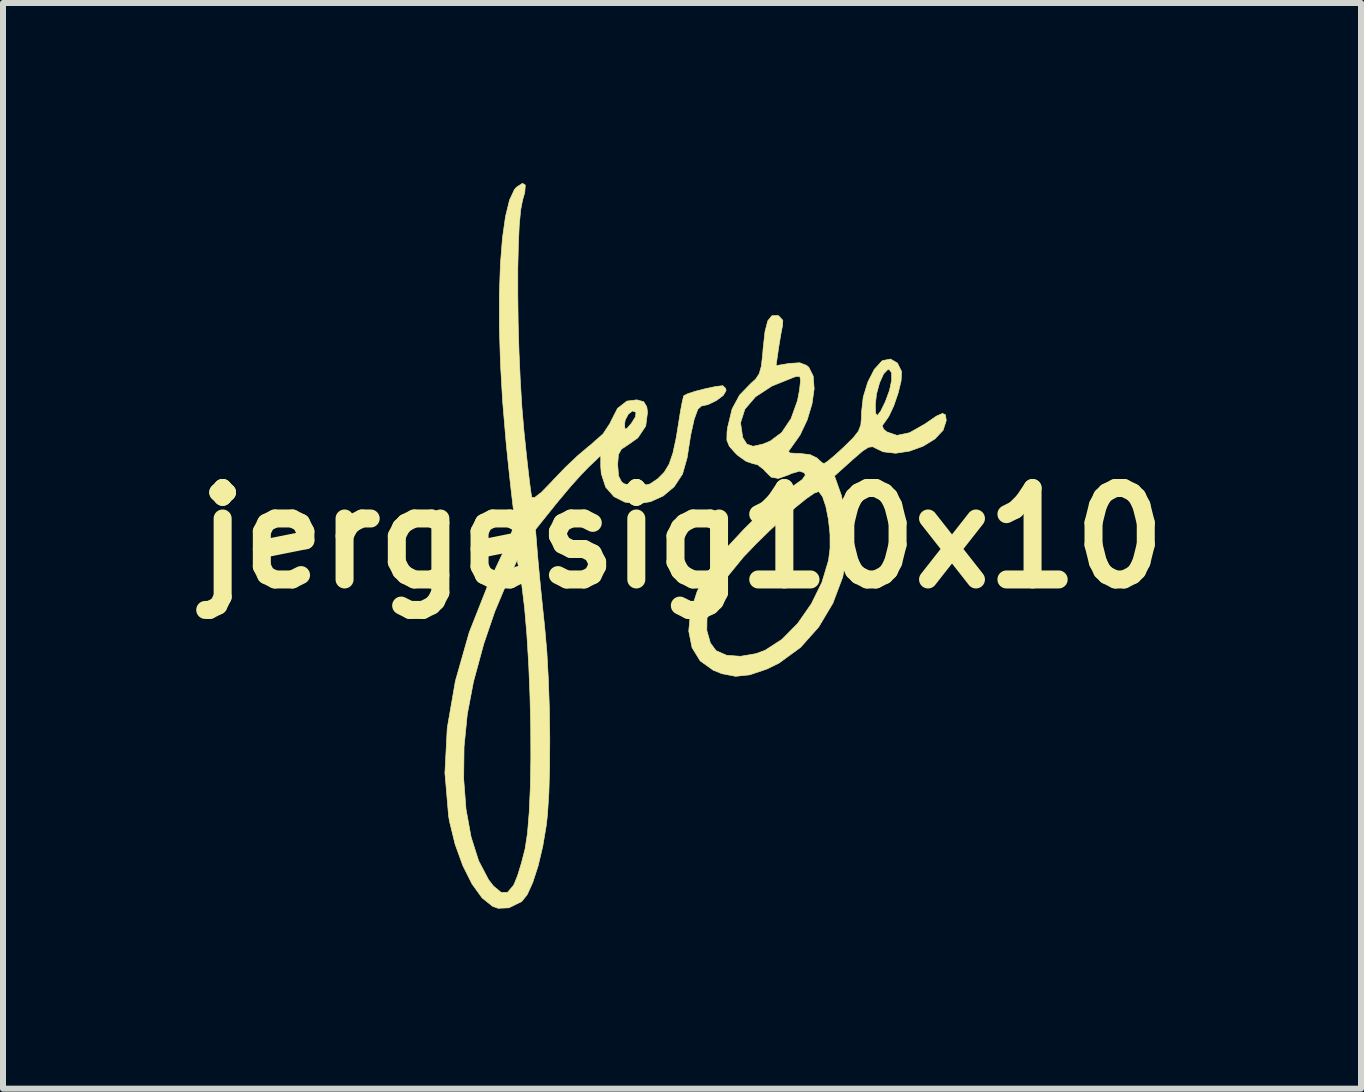
<source format=kicad_pcb>
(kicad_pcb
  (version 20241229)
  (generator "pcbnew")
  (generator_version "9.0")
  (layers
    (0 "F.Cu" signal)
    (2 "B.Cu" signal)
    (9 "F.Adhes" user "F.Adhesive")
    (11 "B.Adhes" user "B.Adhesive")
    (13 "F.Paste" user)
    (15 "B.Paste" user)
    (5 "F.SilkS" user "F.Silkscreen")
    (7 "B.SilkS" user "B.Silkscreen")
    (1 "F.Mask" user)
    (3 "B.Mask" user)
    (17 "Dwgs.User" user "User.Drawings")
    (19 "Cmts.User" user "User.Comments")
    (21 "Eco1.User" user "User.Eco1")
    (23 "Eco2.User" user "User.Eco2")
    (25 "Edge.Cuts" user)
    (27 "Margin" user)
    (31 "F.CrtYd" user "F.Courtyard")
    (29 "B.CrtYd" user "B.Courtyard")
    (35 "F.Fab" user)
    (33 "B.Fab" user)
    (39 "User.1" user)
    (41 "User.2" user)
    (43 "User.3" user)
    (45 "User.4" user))
  (footprint "jergesig10x10"
    (layer "F.Cu")
    (at 8.317 5.918)
    (property "Reference" "jergesig10x10" (at 0 0 0) (layer "F.SilkS") (effects (font (size 1.524 1.524) (thickness 0.3))))
    (attr through_hole)
    (fp_poly (pts (xy -2.612 -5.883) (xy -2.621 -5.76) (xy -2.658 -5.631) (xy -2.689 -5.471) (xy -2.713 -5.216) (xy -2.728 -4.882) (xy -2.737 -4.487) (xy -2.737 -4.048) (xy -2.731 -3.58) (xy -2.717 -3.102) (xy -2.696 -2.631) (xy -2.669 -2.183) (xy -2.634 -1.776) (xy -2.631 -1.75) (xy -2.597 -1.423) (xy -2.565 -1.133) (xy -2.537 -0.899) (xy -2.515 -0.74) (xy -2.505 -0.681) (xy -2.457 -0.675) (xy -2.345 -0.762) (xy -2.17 -0.942) (xy -2.142 -0.973) (xy -1.948 -1.175) (xy -1.74 -1.372) (xy -1.557 -1.527) (xy -1.527 -1.55) (xy -1.316 -1.737) (xy -1.21 -1.898) (xy -0.958 -1.898) (xy -0.952 -1.82) (xy -0.922 -1.823) (xy -0.845 -1.911) (xy -0.777 -2.02) (xy -0.767 -2.097) (xy -0.767 -2.097) (xy -0.826 -2.119) (xy -0.895 -2.066) (xy -0.947 -1.968) (xy -0.958 -1.898) (xy -1.21 -1.898) (xy -1.195 -1.92) (xy -1.187 -1.943) (xy -1.075 -2.162) (xy -0.92 -2.283) (xy -0.753 -2.304) (xy -0.639 -2.273) (xy -0.588 -2.19) (xy -0.575 -2.099) (xy -0.605 -1.867) (xy -0.737 -1.67) (xy -0.904 -1.552) (xy -1.011 -1.482) (xy -1.06 -1.392) (xy -1.072 -1.238) (xy -1.072 -1.214) (xy -1.058 -1.036) (xy -1.007 -0.936) (xy -0.963 -0.905) (xy -0.749 -0.849) (xy -0.532 -0.903) (xy -0.403 -0.99) (xy -0.296 -1.098) (xy -0.215 -1.233) (xy -0.152 -1.416) (xy -0.097 -1.672) (xy -0.058 -1.913) (xy -0.025 -2.121) (xy 0.006 -2.284) (xy 0.028 -2.37) (xy 0.031 -2.374) (xy 0.094 -2.406) (xy 0.229 -2.449) (xy 0.398 -2.492) (xy 0.56 -2.526) (xy 0.677 -2.54) (xy 0.68 -2.54) (xy 0.728 -2.494) (xy 0.734 -2.457) (xy 0.687 -2.378) (xy 0.573 -2.293) (xy 0.434 -2.225) (xy 0.322 -2.201) (xy 0.263 -2.146) (xy 0.203 -1.982) (xy 0.144 -1.716) (xy 0.087 -1.352) (xy 0.084 -1.334) (xy 0.008 -1.067) (xy -0.131 -0.856) (xy -0.314 -0.702) (xy -0.524 -0.607) (xy -0.742 -0.572) (xy -0.952 -0.599) (xy -1.134 -0.691) (xy -1.272 -0.848) (xy -1.346 -1.073) (xy -1.355 -1.194) (xy -1.355 -1.377) (xy -1.559 -1.182) (xy -1.689 -1.048) (xy -1.858 -0.859) (xy -2.037 -0.646) (xy -2.103 -0.566) (xy -2.442 -0.143) (xy -2.408 0.281) (xy -2.388 0.502) (xy -2.36 0.798) (xy -2.326 1.132) (xy -2.291 1.466) (xy -2.288 1.496) (xy -2.253 1.894) (xy -2.228 2.35) (xy -2.211 2.839) (xy -2.204 3.334) (xy -2.207 3.811) (xy -2.219 4.242) (xy -2.242 4.603) (xy -2.261 4.78) (xy -2.321 5.136) (xy -2.398 5.462) (xy -2.487 5.737) (xy -2.58 5.942) (xy -2.671 6.056) (xy -2.674 6.058) (xy -2.885 6.162) (xy -3.065 6.17) (xy -3.158 6.137) (xy -3.332 5.997) (xy -3.5 5.765) (xy -3.653 5.46) (xy -3.782 5.103) (xy -3.877 4.714) (xy -3.891 4.628) (xy -3.943 4.014) (xy -3.639 4.014) (xy -3.6 4.52) (xy -3.516 4.981) (xy -3.39 5.378) (xy -3.224 5.694) (xy -3.142 5.8) (xy -3.014 5.906) (xy -2.909 5.905) (xy -2.813 5.793) (xy -2.795 5.76) (xy -2.739 5.62) (xy -2.676 5.414) (xy -2.617 5.185) (xy -2.616 5.181) (xy -2.576 4.922) (xy -2.547 4.571) (xy -2.528 4.147) (xy -2.52 3.669) (xy -2.522 3.158) (xy -2.534 2.634) (xy -2.555 2.115) (xy -2.585 1.623) (xy -2.623 1.175) (xy -2.669 0.793) (xy -2.708 0.564) (xy -2.748 0.367) (xy -2.903 0.706) (xy -3.122 1.228) (xy -3.305 1.765) (xy -3.468 2.365) (xy -3.477 2.4) (xy -3.579 2.936) (xy -3.633 3.48) (xy -3.639 4.014) (xy -3.943 4.014) (xy -3.952 3.918) (xy -3.913 3.166) (xy -3.777 2.381) (xy -3.547 1.572) (xy -3.222 0.749) (xy -3.067 0.418) (xy -2.918 0.101) (xy -2.827 -0.13) (xy -2.789 -0.284) (xy -2.791 -0.344) (xy -2.806 -0.44) (xy -2.829 -0.629) (xy -2.859 -0.892) (xy -2.893 -1.209) (xy -2.929 -1.562) (xy -2.935 -1.63) (xy -2.99 -2.281) (xy -3.026 -2.911) (xy -3.044 -3.508) (xy -3.044 -4.063) (xy -3.027 -4.563) (xy -2.993 -4.999) (xy -2.942 -5.36) (xy -2.875 -5.634) (xy -2.793 -5.81) (xy -2.76 -5.847) (xy -2.659 -5.913) (xy -2.612 -5.883)) (stroke (width 0.01) (type solid)) (fill yes) (layer "F.SilkS"))
    (fp_poly (pts (xy 1.611 -3.704) (xy 1.68 -3.629) (xy 1.675 -3.541) (xy 1.649 -3.409) (xy 1.618 -3.224) (xy 1.606 -3.145) (xy 1.567 -2.875) (xy 1.79 -2.911) (xy 1.962 -2.922) (xy 2.076 -2.878) (xy 2.114 -2.845) (xy 2.186 -2.7) (xy 2.202 -2.488) (xy 2.166 -2.235) (xy 2.086 -1.969) (xy 1.966 -1.716) (xy 1.82 -1.51) (xy 1.774 -1.447) (xy 1.797 -1.419) (xy 1.909 -1.411) (xy 1.96 -1.411) (xy 2.136 -1.39) (xy 2.251 -1.334) (xy 2.258 -1.326) (xy 2.334 -1.256) (xy 2.367 -1.242) (xy 2.425 -1.278) (xy 2.539 -1.373) (xy 2.686 -1.507) (xy 2.699 -1.519) (xy 2.852 -1.669) (xy 2.939 -1.78) (xy 2.98 -1.886) (xy 2.991 -2.026) (xy 2.992 -2.1) (xy 3.005 -2.215) (xy 3.221 -2.215) (xy 3.227 -2.078) (xy 3.256 -2.045) (xy 3.311 -2.115) (xy 3.388 -2.272) (xy 3.458 -2.462) (xy 3.494 -2.632) (xy 3.492 -2.757) (xy 3.452 -2.811) (xy 3.429 -2.809) (xy 3.359 -2.736) (xy 3.292 -2.588) (xy 3.241 -2.401) (xy 3.221 -2.215) (xy 3.005 -2.215) (xy 3.02 -2.35) (xy 3.096 -2.599) (xy 3.204 -2.811) (xy 3.331 -2.951) (xy 3.344 -2.959) (xy 3.475 -2.984) (xy 3.59 -2.917) (xy 3.657 -2.781) (xy 3.659 -2.769) (xy 3.651 -2.62) (xy 3.602 -2.418) (xy 3.529 -2.205) (xy 3.446 -2.028) (xy 3.396 -1.956) (xy 3.336 -1.872) (xy 3.362 -1.812) (xy 3.416 -1.769) (xy 3.582 -1.712) (xy 3.792 -1.756) (xy 4.047 -1.901) (xy 4.07 -1.917) (xy 4.24 -2.033) (xy 4.341 -2.078) (xy 4.39 -2.055) (xy 4.403 -1.964) (xy 4.403 -1.957) (xy 4.351 -1.797) (xy 4.213 -1.651) (xy 4.017 -1.531) (xy 3.79 -1.449) (xy 3.56 -1.414) (xy 3.352 -1.438) (xy 3.244 -1.489) (xy 3.178 -1.523) (xy 3.108 -1.514) (xy 3.011 -1.452) (xy 2.862 -1.324) (xy 2.837 -1.302) (xy 2.541 -1.036) (xy 2.654 -0.717) (xy 2.755 -0.27) (xy 2.761 0.192) (xy 2.678 0.65) (xy 2.514 1.086) (xy 2.278 1.482) (xy 1.976 1.821) (xy 1.616 2.084) (xy 1.413 2.183) (xy 1.129 2.279) (xy 0.893 2.304) (xy 0.664 2.26) (xy 0.52 2.202) (xy 0.303 2.047) (xy 0.167 1.826) (xy 0.112 1.55) (xy 0.113 1.539) (xy 0.413 1.539) (xy 0.473 1.749) (xy 0.567 1.876) (xy 0.742 1.953) (xy 0.975 1.97) (xy 1.233 1.926) (xy 1.384 1.87) (xy 1.664 1.689) (xy 1.927 1.423) (xy 2.155 1.096) (xy 2.332 0.736) (xy 2.442 0.37) (xy 2.467 0.169) (xy 2.466 -0.069) (xy 2.44 -0.31) (xy 2.397 -0.527) (xy 2.342 -0.691) (xy 2.28 -0.773) (xy 2.274 -0.775) (xy 2.203 -0.749) (xy 2.069 -0.656) (xy 1.888 -0.51) (xy 1.677 -0.326) (xy 1.452 -0.118) (xy 1.229 0.101) (xy 1.024 0.315) (xy 1.023 0.316) (xy 0.715 0.693) (xy 0.512 1.034) (xy 0.416 1.338) (xy 0.413 1.539) (xy 0.113 1.539) (xy 0.141 1.233) (xy 0.253 0.887) (xy 0.385 0.632) (xy 0.543 0.406) (xy 0.766 0.138) (xy 1.031 -0.147) (xy 1.311 -0.423) (xy 1.582 -0.665) (xy 1.82 -0.847) (xy 1.861 -0.874) (xy 2.005 -0.977) (xy 2.055 -1.049) (xy 2.039 -1.088) (xy 1.96 -1.116) (xy 1.825 -1.077) (xy 1.775 -1.054) (xy 1.606 -0.994) (xy 1.485 -1.016) (xy 1.375 -1.126) (xy 1.366 -1.14) (xy 1.258 -1.223) (xy 1.178 -1.242) (xy 1.068 -1.28) (xy 0.933 -1.375) (xy 0.893 -1.413) (xy 0.789 -1.529) (xy 0.747 -1.631) (xy 0.75 -1.771) (xy 0.761 -1.85) (xy 0.779 -1.922) (xy 0.975 -1.922) (xy 1.01 -1.682) (xy 1.012 -1.675) (xy 1.08 -1.566) (xy 1.184 -1.53) (xy 1.346 -1.566) (xy 1.469 -1.616) (xy 1.661 -1.759) (xy 1.817 -1.991) (xy 1.925 -2.293) (xy 1.958 -2.467) (xy 1.975 -2.622) (xy 1.965 -2.69) (xy 1.915 -2.696) (xy 1.866 -2.682) (xy 1.498 -2.534) (xy 1.223 -2.354) (xy 1.047 -2.148) (xy 0.975 -1.922) (xy 0.779 -1.922) (xy 0.834 -2.151) (xy 0.959 -2.383) (xy 1.137 -2.567) (xy 1.23 -2.653) (xy 1.287 -2.741) (xy 1.321 -2.862) (xy 1.343 -3.05) (xy 1.352 -3.164) (xy 1.383 -3.443) (xy 1.429 -3.62) (xy 1.497 -3.706) (xy 1.592 -3.711) (xy 1.611 -3.704)) (stroke (width 0.01) (type solid)) (fill yes) (layer "F.SilkS")))
  (gr_rect
    (start -3 -3)
    (end 19.633 15.094)
    (stroke (width 0.1) (type default))
    (fill no)
    (layer "Edge.Cuts")))
</source>
